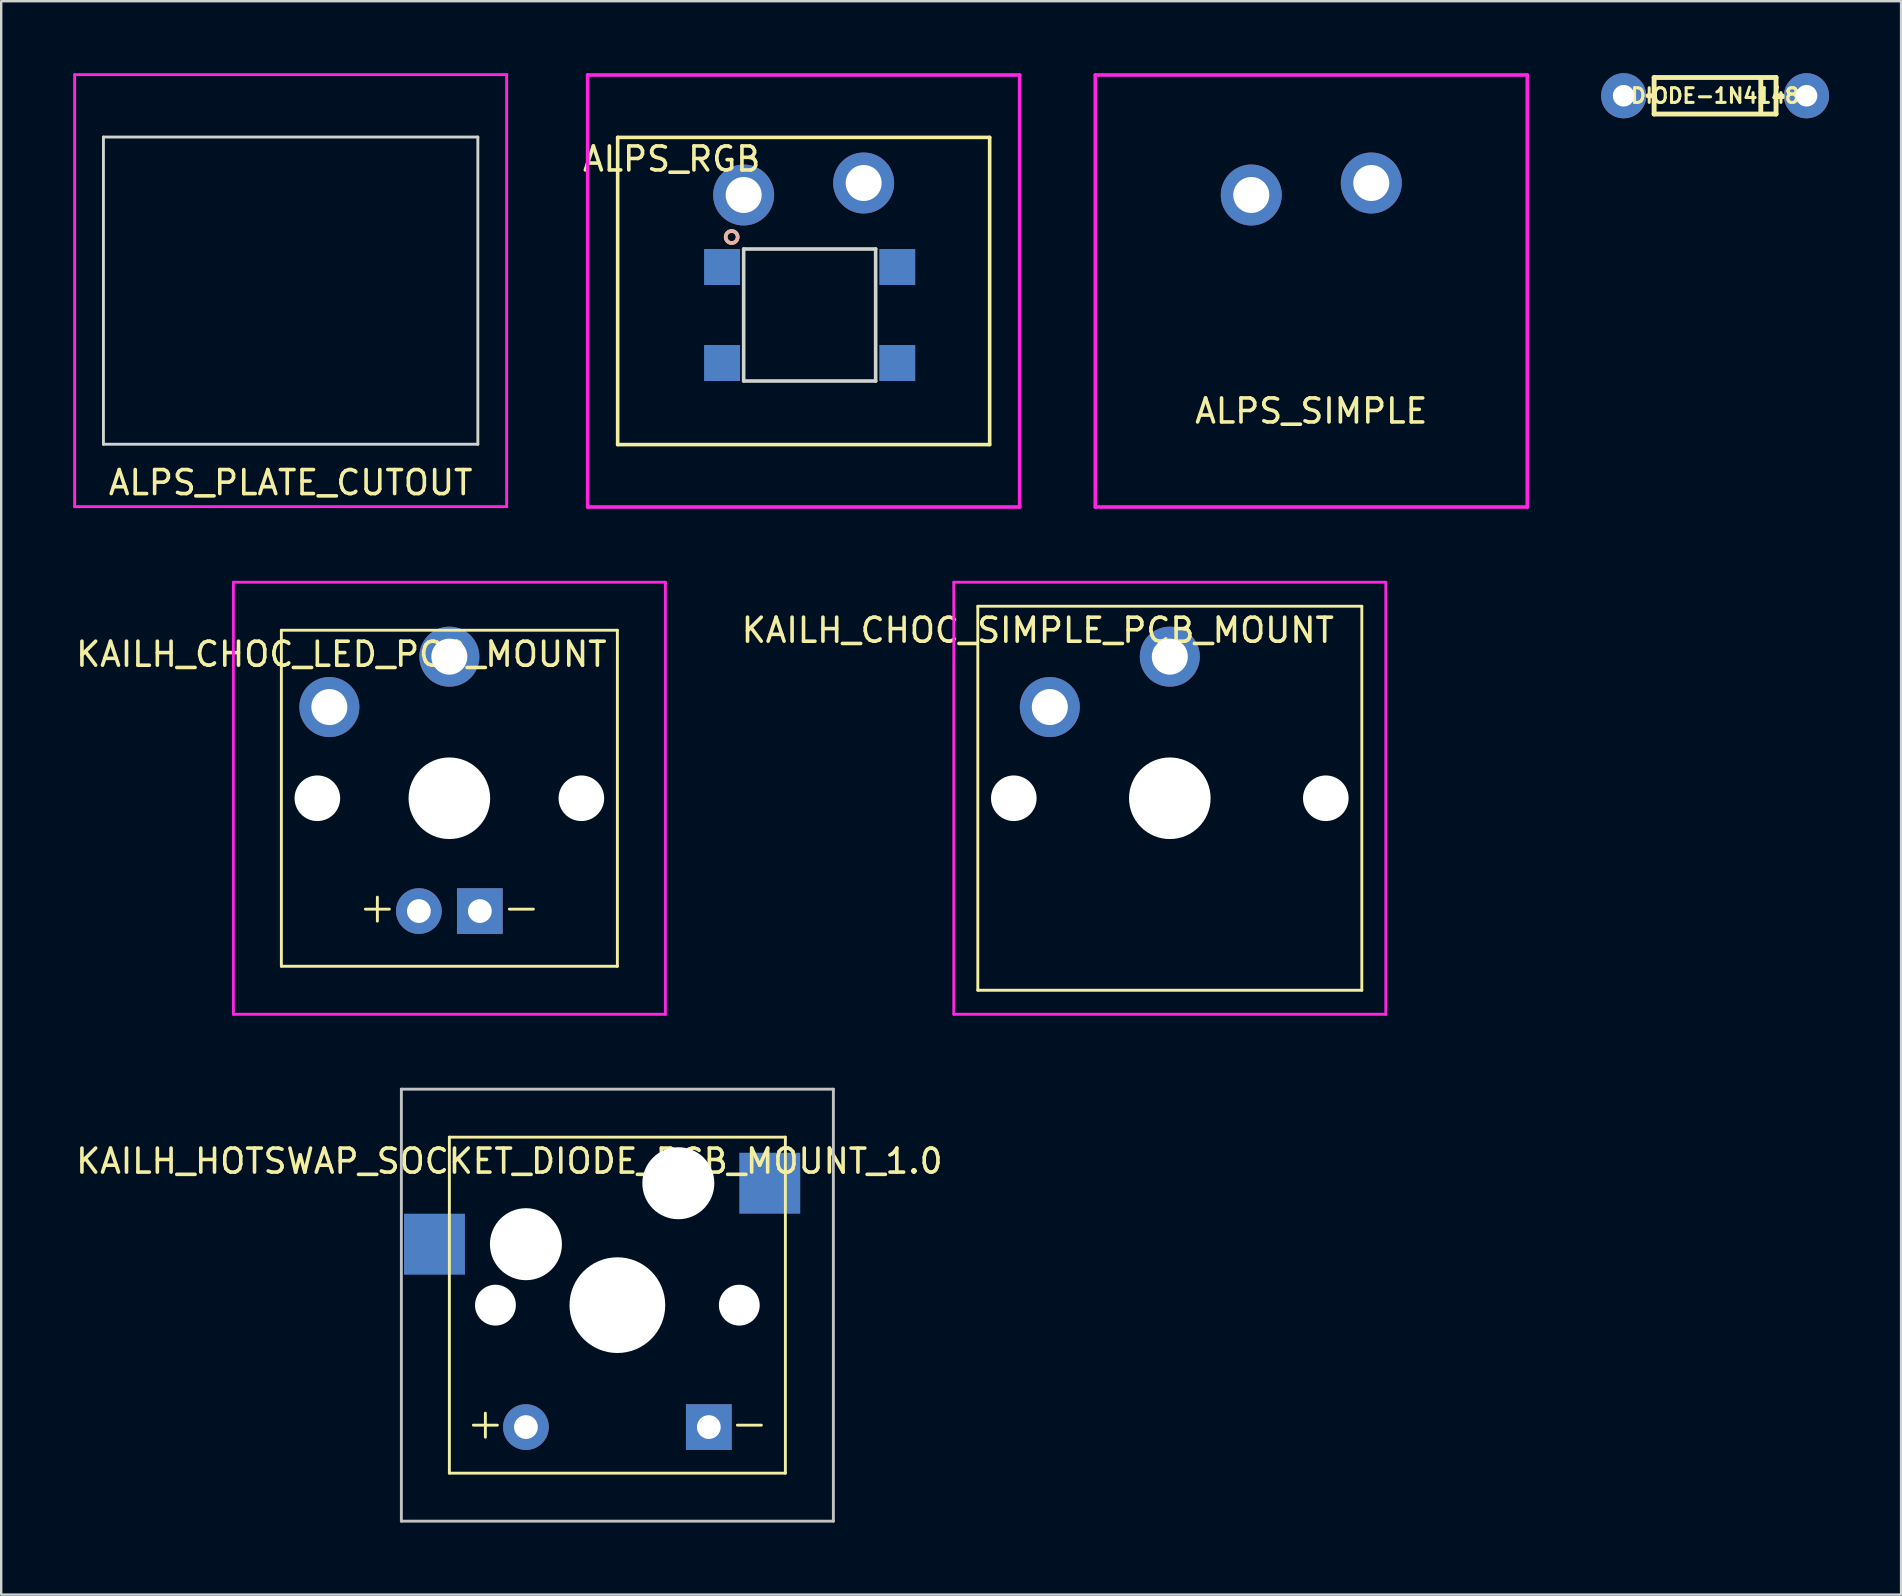
<source format=kicad_pcb>
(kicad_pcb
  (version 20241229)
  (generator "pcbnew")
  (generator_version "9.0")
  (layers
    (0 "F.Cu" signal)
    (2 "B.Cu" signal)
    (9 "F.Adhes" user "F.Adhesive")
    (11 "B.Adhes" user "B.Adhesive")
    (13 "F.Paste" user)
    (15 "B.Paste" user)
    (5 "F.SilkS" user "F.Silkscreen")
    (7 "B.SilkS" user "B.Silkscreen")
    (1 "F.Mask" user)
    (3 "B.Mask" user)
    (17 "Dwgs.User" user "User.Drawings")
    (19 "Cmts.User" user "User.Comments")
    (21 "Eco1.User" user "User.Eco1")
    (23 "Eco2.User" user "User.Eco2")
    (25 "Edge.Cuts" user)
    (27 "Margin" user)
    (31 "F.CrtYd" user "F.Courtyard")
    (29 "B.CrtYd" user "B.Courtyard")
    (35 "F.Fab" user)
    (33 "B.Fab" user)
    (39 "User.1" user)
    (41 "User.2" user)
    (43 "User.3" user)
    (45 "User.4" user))
  (footprint "ALPS_RGB"
    (layer "F.Cu")
    (at 30.435 9.075)
    (property "Reference" "ALPS_RGB" (at -5.5 -5.5 0) (layer "F.SilkS") (effects (font (size 1 1) (thickness 0.15))))
    (attr through_hole)
    (fp_line (start -7.75 -6.4) (end -7.75 6.4) (stroke (width 0.15) (type solid)) (layer "F.SilkS"))
    (fp_line (start -7.75 6.4) (end 7.75 6.4) (stroke (width 0.15) (type solid)) (layer "F.SilkS"))
    (fp_line (start 7.75 -6.4) (end -7.75 -6.4) (stroke (width 0.15) (type solid)) (layer "F.SilkS"))
    (fp_line (start 7.75 6.4) (end 7.75 -6.4) (stroke (width 0.15) (type solid)) (layer "F.SilkS"))
    (fp_circle (center -3 -2.25) (end -2.75 -2.25) (stroke (width 0.15) (type solid)) (fill no) (layer "F.SilkS"))
    (fp_circle (center -3 -2.25) (end -2.75 -2.25) (stroke (width 0.15) (type solid)) (fill no) (layer "B.SilkS"))
    (fp_line (start -2.5 -1.75) (end 3 -1.75) (stroke (width 0.15) (type solid)) (layer "Edge.Cuts"))
    (fp_line (start -2.5 3.75) (end -2.5 -1.75) (stroke (width 0.15) (type solid)) (layer "Edge.Cuts"))
    (fp_line (start 3 -1.75) (end 3 3.75) (stroke (width 0.15) (type solid)) (layer "Edge.Cuts"))
    (fp_line (start 3 3.75) (end -2.5 3.75) (stroke (width 0.15) (type solid)) (layer "Edge.Cuts"))
    (fp_line (start -9 -9) (end -9 9) (stroke (width 0.15) (type solid)) (layer "F.CrtYd"))
    (fp_line (start -9 9) (end 9 9) (stroke (width 0.15) (type solid)) (layer "F.CrtYd"))
    (fp_line (start 9 -9) (end -9 -9) (stroke (width 0.15) (type solid)) (layer "F.CrtYd"))
    (fp_line (start 9 9) (end 9 -9) (stroke (width 0.15) (type solid)) (layer "F.CrtYd"))
    (pad "D_IN" smd rect (at -3.4 3) (size 1.5 1.5) (layers "B.Cu" "B.Mask" "B.Paste"))
    (pad "D_OUT" smd rect (at 3.9 -1) (size 1.5 1.5) (layers "B.Cu" "B.Mask" "B.Paste"))
    (pad "GND" smd custom (at -3.4 -1) (size 1.5 1.5) (layers "B.Cu" "B.Mask" "B.Paste") (options (anchor rect)) (primitives))
    (pad "S1" thru_hole circle (at -2.5 -4) (size 2.54 2.54) (drill 1.499) (layers "*.Cu" "*.Mask"))
    (pad "S2" thru_hole circle (at 2.5 -4.5) (size 2.54 2.54) (drill 1.499) (layers "*.Cu" "*.Mask"))
    (pad "VCC" smd custom (at 3.9 3) (size 1.5 1.5) (layers "B.Cu" "B.Mask" "B.Paste") (options (anchor rect)) (primitives)))
  (footprint "KAILH_CHOC_SIMPLE_PCB_MOUNT"
    (layer "F.Cu")
    (at 45.691 30.21)
    (property "Reference" "KAILH_CHOC_SIMPLE_PCB_MOUNT" (at -5.5 -7 0) (layer "F.SilkS") (effects (font (size 1 1) (thickness 0.15))))
    (attr through_hole)
    (fp_line (start -8 -8) (end -8 8) (stroke (width 0.12) (type solid)) (layer "F.SilkS"))
    (fp_line (start -8 8) (end 8 8) (stroke (width 0.12) (type solid)) (layer "F.SilkS"))
    (fp_line (start 8 -8) (end -8 -8) (stroke (width 0.12) (type solid)) (layer "F.SilkS"))
    (fp_line (start 8 8) (end 8 -8) (stroke (width 0.12) (type solid)) (layer "F.SilkS"))
    (fp_line (start -9 -9) (end -9 9) (stroke (width 0.12) (type solid)) (layer "F.CrtYd"))
    (fp_line (start -9 9) (end 9 9) (stroke (width 0.12) (type solid)) (layer "F.CrtYd"))
    (fp_line (start 9 -9) (end -9 -9) (stroke (width 0.12) (type solid)) (layer "F.CrtYd"))
    (fp_line (start 9 9) (end 9 -9) (stroke (width 0.12) (type solid)) (layer "F.CrtYd"))
    (pad "" np_thru_hole circle (at -6.5 0) (size 1.9 1.9) (drill 1.9) (layers "*.Cu" "*.Mask"))
    (pad "" np_thru_hole circle (at 0 0) (size 3.4 3.4) (drill 3.4) (layers "*.Cu" "*.Mask"))
    (pad "" np_thru_hole circle (at 6.5 0) (size 1.9 1.9) (drill 1.9) (layers "*.Cu" "*.Mask"))
    (pad "S1" thru_hole circle (at -5 -3.8) (size 2.5 2.5) (drill 1.5) (layers "*.Cu" "*.Mask"))
    (pad "S2" thru_hole circle (at 0 -5.9) (size 2.5 2.5) (drill 1.5) (layers "*.Cu" "*.Mask")))
  (footprint "KAILH_CHOC_LED_PCB_MOUNT"
    (layer "F.Cu")
    (at 15.673 30.21)
    (property "Reference" "KAILH_CHOC_LED_PCB_MOUNT" (at -4.5 -6 0) (layer "F.SilkS") (effects (font (size 1 1) (thickness 0.15))))
    (attr through_hole)
    (fp_line (start -7 -7) (end -7 7) (stroke (width 0.12) (type solid)) (layer "F.SilkS"))
    (fp_line (start -7 7) (end 7 7) (stroke (width 0.12) (type solid)) (layer "F.SilkS"))
    (fp_line (start -3.5 4.62) (end -2.5 4.62) (stroke (width 0.12) (type solid)) (layer "F.SilkS"))
    (fp_line (start -3 4.12) (end -3 5.12) (stroke (width 0.12) (type solid)) (layer "F.SilkS"))
    (fp_line (start 2.5 4.62) (end 3.5 4.62) (stroke (width 0.12) (type solid)) (layer "F.SilkS"))
    (fp_line (start 7 -7) (end -7 -7) (stroke (width 0.12) (type solid)) (layer "F.SilkS"))
    (fp_line (start 7 7) (end 7 -7) (stroke (width 0.12) (type solid)) (layer "F.SilkS"))
    (fp_line (start -9 -9) (end -9 9) (stroke (width 0.12) (type solid)) (layer "F.CrtYd"))
    (fp_line (start -9 9) (end 9 9) (stroke (width 0.12) (type solid)) (layer "F.CrtYd"))
    (fp_line (start 9 -9) (end -9 -9) (stroke (width 0.12) (type solid)) (layer "F.CrtYd"))
    (fp_line (start 9 9) (end 9 -9) (stroke (width 0.12) (type solid)) (layer "F.CrtYd"))
    (pad "" np_thru_hole circle (at -5.5 0) (size 1.9 1.9) (drill 1.9) (layers "*.Cu" "*.Mask"))
    (pad "" np_thru_hole circle (at 0 0) (size 3.4 3.4) (drill 3.4) (layers "*.Cu" "*.Mask"))
    (pad "" np_thru_hole circle (at 5.5 0) (size 1.9 1.9) (drill 1.9) (layers "*.Cu" "*.Mask"))
    (pad "A" thru_hole circle (at -1.27 4.7) (size 1.905 1.905) (drill 0.991) (layers "*.Cu" "*.Mask"))
    (pad "K" thru_hole rect (at 1.27 4.7) (size 1.905 1.905) (drill 0.991) (layers "*.Cu" "*.Mask"))
    (pad "S1" thru_hole circle (at -5 -3.8) (size 2.5 2.5) (drill 1.5) (layers "*.Cu" "*.Mask"))
    (pad "S2" thru_hole circle (at 0 -5.9) (size 2.5 2.5) (drill 1.5) (layers "*.Cu" "*.Mask")))
  (footprint "ALPS_PLATE_CUTOUT"
    (layer "F.Cu")
    (at 9.06 9.06)
    (property "Reference" "ALPS_PLATE_CUTOUT" (at 0 8 0) (layer "F.SilkS") (effects (font (size 1 1) (thickness 0.15))))
    (attr through_hole)
    (fp_line (start -7.8 -6.4) (end -7.8 6.4) (stroke (width 0.12) (type solid)) (layer "Edge.Cuts"))
    (fp_line (start -7.8 6.4) (end 7.8 6.4) (stroke (width 0.12) (type solid)) (layer "Edge.Cuts"))
    (fp_line (start 7.8 -6.4) (end -7.8 -6.4) (stroke (width 0.12) (type solid)) (layer "Edge.Cuts"))
    (fp_line (start 7.8 6.4) (end 7.8 -6.4) (stroke (width 0.12) (type solid)) (layer "Edge.Cuts"))
    (fp_line (start -9 -9) (end -9 9) (stroke (width 0.12) (type solid)) (layer "F.CrtYd"))
    (fp_line (start -9 9) (end 9 9) (stroke (width 0.12) (type solid)) (layer "F.CrtYd"))
    (fp_line (start 9 -9) (end -9 -9) (stroke (width 0.12) (type solid)) (layer "F.CrtYd"))
    (fp_line (start 9 9) (end 9 -9) (stroke (width 0.12) (type solid)) (layer "F.CrtYd")))
  (footprint "KAILH_HOTSWAP_SOCKET_DIODE_PCB_MOUNT_1.0"
    (layer "F.Cu")
    (at 22.673 51.33)
    (property "Reference" "KAILH_HOTSWAP_SOCKET_DIODE_PCB_MOUNT_1.0" (at -4.5 -6 0) (layer "F.SilkS") (effects (font (size 1 1) (thickness 0.15))))
    (attr through_hole)
    (fp_line (start -7 -7) (end -7 7) (stroke (width 0.12) (type solid)) (layer "F.SilkS"))
    (fp_line (start -7 7) (end 7 7) (stroke (width 0.12) (type solid)) (layer "F.SilkS"))
    (fp_line (start -6 5) (end -5 5) (stroke (width 0.12) (type solid)) (layer "F.SilkS"))
    (fp_line (start -5.5 4.5) (end -5.5 5.5) (stroke (width 0.12) (type solid)) (layer "F.SilkS"))
    (fp_line (start 5 5) (end 6 5) (stroke (width 0.12) (type solid)) (layer "F.SilkS"))
    (fp_line (start 7 -7) (end -7 -7) (stroke (width 0.12) (type solid)) (layer "F.SilkS"))
    (fp_line (start 7 7) (end 7 -7) (stroke (width 0.12) (type solid)) (layer "F.SilkS"))
    (fp_line (start -9 -9) (end -9 9) (stroke (width 0.12) (type solid)) (layer "Dwgs.User"))
    (fp_line (start -9 9) (end 9 9) (stroke (width 0.12) (type solid)) (layer "Dwgs.User"))
    (fp_line (start 9 -9) (end -9 -9) (stroke (width 0.12) (type solid)) (layer "Dwgs.User"))
    (fp_line (start 9 9) (end 9 -9) (stroke (width 0.12) (type solid)) (layer "Dwgs.User"))
    (pad "" np_thru_hole circle (at -5.08 0) (size 1.702 1.702) (drill 1.702) (layers "*.Cu" "*.Mask"))
    (pad "" np_thru_hole circle (at -3.81 -2.54) (size 3 3) (drill 3) (layers "*.Cu" "*.Mask"))
    (pad "" np_thru_hole circle (at 0 0) (size 3.988 3.988) (drill 3.988) (layers "*.Cu" "*.Mask"))
    (pad "" np_thru_hole circle (at 2.54 -5.08) (size 3 3) (drill 3) (layers "*.Cu" "*.Mask"))
    (pad "" np_thru_hole circle (at 5.08 0) (size 1.702 1.702) (drill 1.702) (layers "*.Cu" "*.Mask"))
    (pad "A" thru_hole circle (at -3.81 5.08) (size 1.905 1.905) (drill 0.991) (layers "*.Cu" "*.Mask"))
    (pad "K" thru_hole rect (at 3.81 5.08) (size 1.905 1.905) (drill 0.991) (layers "*.Cu" "*.Mask"))
    (pad "S1" smd rect (at -7.62 -2.54) (size 2.54 2.54) (layers "B.Cu" "B.Mask" "B.Paste"))
    (pad "S2" smd rect (at 6.35 -5.08) (size 2.54 2.54) (layers "B.Cu" "B.Mask" "B.Paste")))
  (footprint "DIODE-1N4148"
    (layer "F.Cu")
    (at 68.41 0.94)
    (property "Reference" "DIODE-1N4148" (at 0 0 0) (layer "F.SilkS") (effects (font (size 0.61 0.61) (thickness 0.127))))
    (attr exclude_from_pos_files exclude_from_bom)
    (fp_line (start -2.54 -0.762) (end 2.54 -0.762) (stroke (width 0.203) (type solid)) (layer "F.SilkS"))
    (fp_line (start -2.54 0) (end -2.794 0) (stroke (width 0.203) (type solid)) (layer "F.SilkS"))
    (fp_line (start -2.54 0) (end -2.54 -0.762) (stroke (width 0.203) (type solid)) (layer "F.SilkS"))
    (fp_line (start -2.54 0.762) (end -2.54 0) (stroke (width 0.203) (type solid)) (layer "F.SilkS"))
    (fp_line (start 1.905 -0.635) (end 1.905 0.635) (stroke (width 0.203) (type solid)) (layer "F.SilkS"))
    (fp_line (start 2.54 -0.762) (end 2.54 0) (stroke (width 0.203) (type solid)) (layer "F.SilkS"))
    (fp_line (start 2.54 0) (end 2.54 0.762) (stroke (width 0.203) (type solid)) (layer "F.SilkS"))
    (fp_line (start 2.54 0) (end 2.794 0) (stroke (width 0.203) (type solid)) (layer "F.SilkS"))
    (fp_line (start 2.54 0.762) (end -2.54 0.762) (stroke (width 0.203) (type solid)) (layer "F.SilkS"))
    (pad "A" thru_hole circle (at -3.81 0) (size 1.88 1.88) (drill 0.899) (layers "*.Cu" "*.Mask"))
    (pad "C" thru_hole circle (at 3.81 0) (size 1.88 1.88) (drill 0.899) (layers "*.Cu" "*.Mask")))
  (footprint "ALPS_SIMPLE"
    (layer "F.Cu")
    (at 51.585 9.075)
    (property "Reference" "ALPS_SIMPLE" (at 0 5 0) (layer "F.SilkS") (effects (font (size 1 1) (thickness 0.15))))
    (attr through_hole)
    (fp_line (start -7.75 -6.4) (end -7.75 6.4) (stroke (width 0.15) (type solid)) (layer "B.Paste"))
    (fp_line (start -7.75 6.4) (end 7.75 6.4) (stroke (width 0.15) (type solid)) (layer "B.Paste"))
    (fp_line (start -1 0) (end 1 0) (stroke (width 0.15) (type solid)) (layer "B.Paste"))
    (fp_line (start 0 -1) (end 0 1) (stroke (width 0.15) (type solid)) (layer "B.Paste"))
    (fp_line (start 7.75 -6.4) (end -7.75 -6.4) (stroke (width 0.15) (type solid)) (layer "B.Paste"))
    (fp_line (start 7.75 6.4) (end 7.75 -6.4) (stroke (width 0.15) (type solid)) (layer "B.Paste"))
    (fp_line (start -9 -9) (end -9 9) (stroke (width 0.15) (type solid)) (layer "F.CrtYd"))
    (fp_line (start -9 9) (end 9 9) (stroke (width 0.15) (type solid)) (layer "F.CrtYd"))
    (fp_line (start 9 -9) (end -9 -9) (stroke (width 0.15) (type solid)) (layer "F.CrtYd"))
    (fp_line (start 9 9) (end 9 -9) (stroke (width 0.15) (type solid)) (layer "F.CrtYd"))
    (pad "S1" thru_hole circle (at -2.5 -4) (size 2.54 2.54) (drill 1.499) (layers "*.Cu" "*.Mask"))
    (pad "S2" thru_hole circle (at 2.5 -4.5) (size 2.54 2.54) (drill 1.499) (layers "*.Cu" "*.Mask")))
  (gr_rect
    (start -3 -3)
    (end 76.16 63.39)
    (stroke (width 0.1) (type default))
    (fill no)
    (layer "Edge.Cuts")))
</source>
